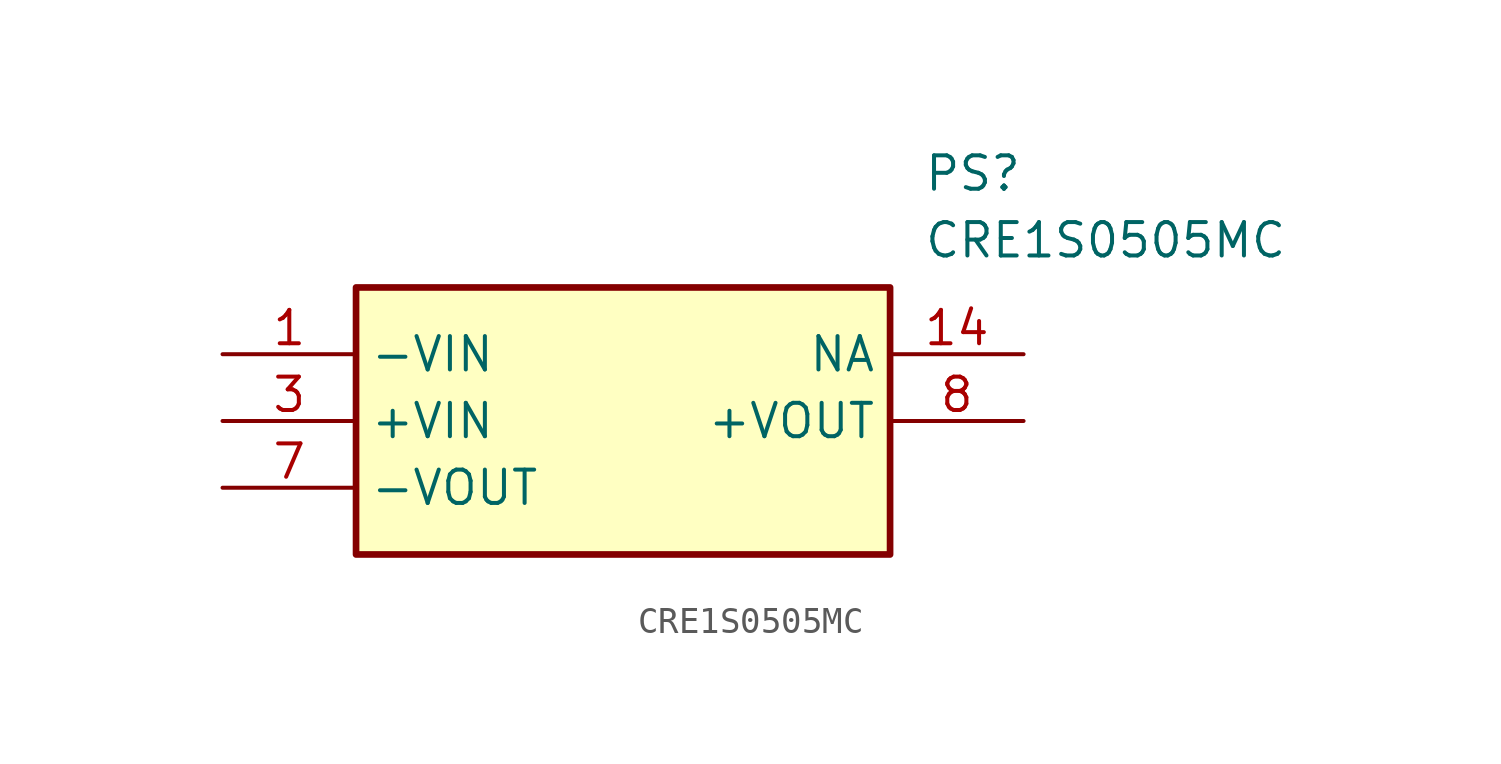
<source format=kicad_sym>
(kicad_symbol_lib
  (version 20211014)
  (generator SamacSys_ECAD_Model)
  (symbol "CRE1S0505MC"
    (property "Reference" "PS"
      (at 26.67 7.62 0)
      (effects (font (size 1.27 1.27)) (justify left top)))
    (property "Value" "CRE1S0505MC"
      (at 26.67 5.08 0)
      (effects (font (size 1.27 1.27)) (justify left top)))
    (rectangle
      (start 5.08 2.54)
      (end 25.4 -7.62)
      (stroke (width 0.254) (type default))
      (fill (type background)))
    (pin passive line
      (at 0 0 0)
      (length 5.08)
      (name "-VIN" (effects (font (size 1.27 1.27))))
      (number "1" (effects (font (size 1.27 1.27)))))
    (pin passive line
      (at 0 -2.54 0)
      (length 5.08)
      (name "+VIN" (effects (font (size 1.27 1.27))))
      (number "3" (effects (font (size 1.27 1.27)))))
    (pin passive line
      (at 0 -5.08 0)
      (length 5.08)
      (name "-VOUT" (effects (font (size 1.27 1.27))))
      (number "7" (effects (font (size 1.27 1.27)))))
    (pin passive line
      (at 30.48 -2.54 180)
      (length 5.08)
      (name "+VOUT" (effects (font (size 1.27 1.27))))
      (number "8" (effects (font (size 1.27 1.27)))))
    (pin passive line
      (at 30.48 0 180)
      (length 5.08)
      (name "NA" (effects (font (size 1.27 1.27))))
      (number "14" (effects (font (size 1.27 1.27)))))))
</source>
